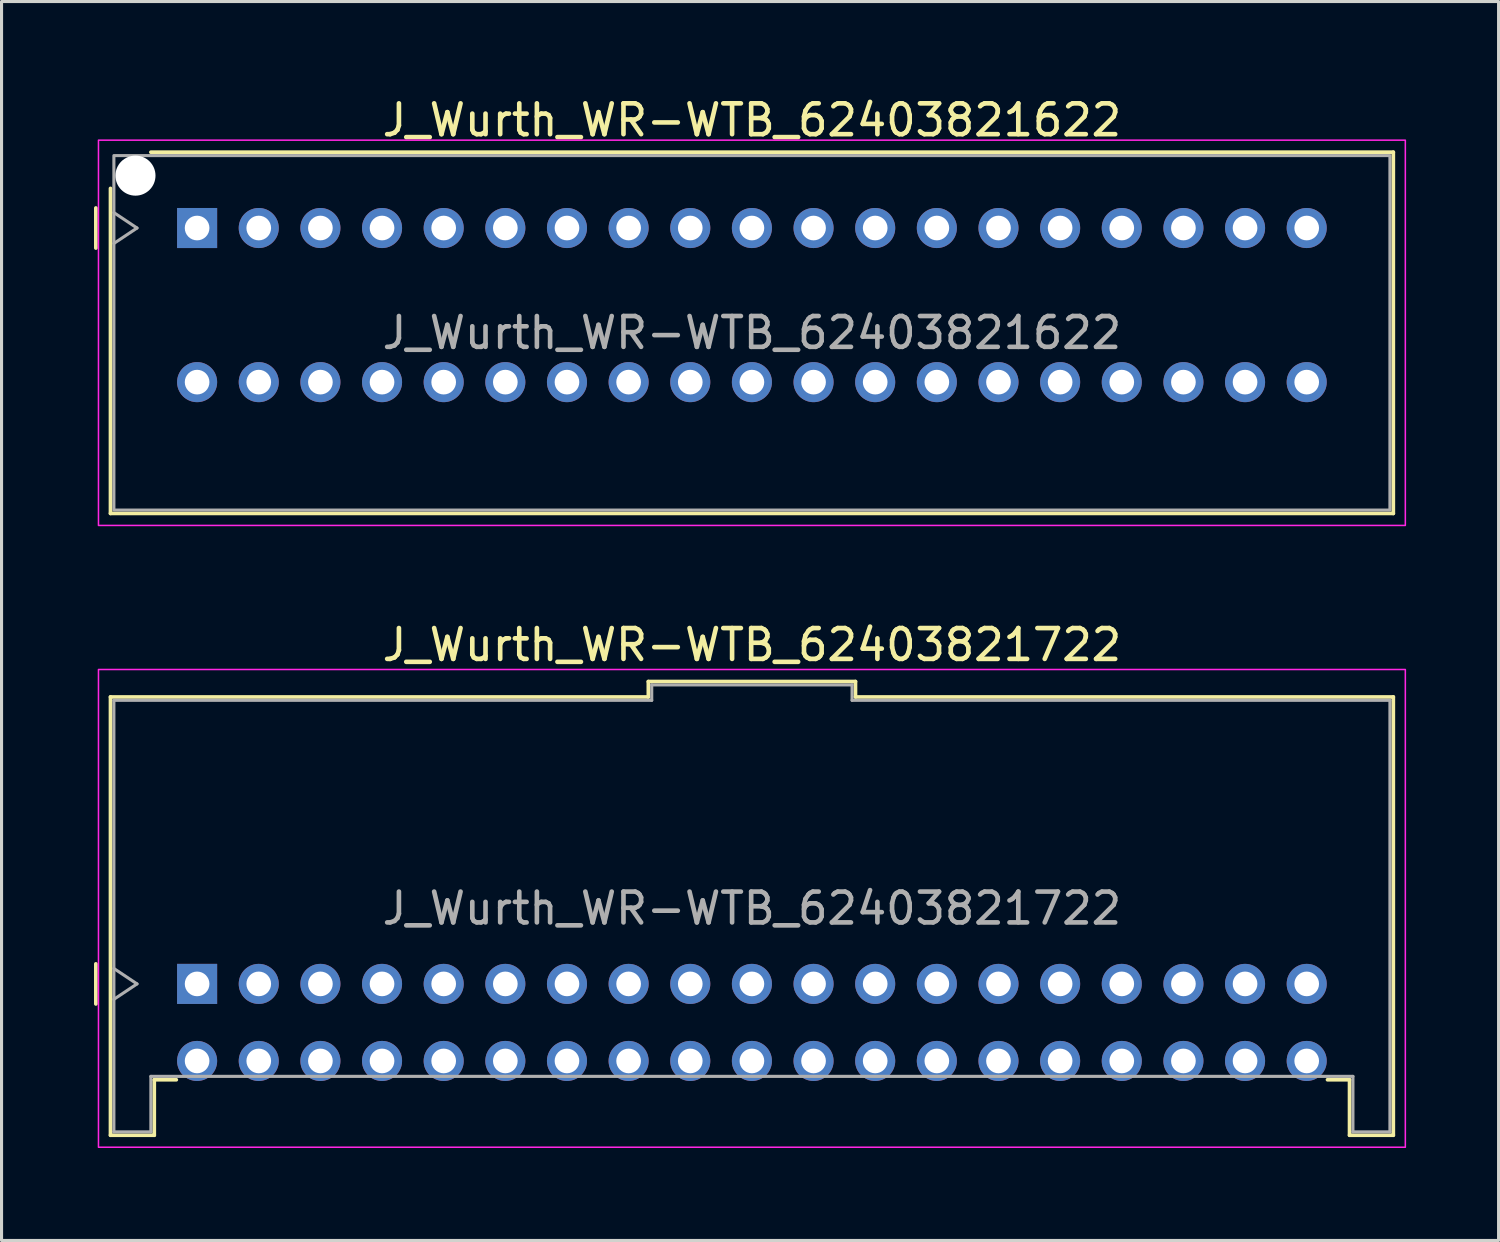
<source format=kicad_pcb>
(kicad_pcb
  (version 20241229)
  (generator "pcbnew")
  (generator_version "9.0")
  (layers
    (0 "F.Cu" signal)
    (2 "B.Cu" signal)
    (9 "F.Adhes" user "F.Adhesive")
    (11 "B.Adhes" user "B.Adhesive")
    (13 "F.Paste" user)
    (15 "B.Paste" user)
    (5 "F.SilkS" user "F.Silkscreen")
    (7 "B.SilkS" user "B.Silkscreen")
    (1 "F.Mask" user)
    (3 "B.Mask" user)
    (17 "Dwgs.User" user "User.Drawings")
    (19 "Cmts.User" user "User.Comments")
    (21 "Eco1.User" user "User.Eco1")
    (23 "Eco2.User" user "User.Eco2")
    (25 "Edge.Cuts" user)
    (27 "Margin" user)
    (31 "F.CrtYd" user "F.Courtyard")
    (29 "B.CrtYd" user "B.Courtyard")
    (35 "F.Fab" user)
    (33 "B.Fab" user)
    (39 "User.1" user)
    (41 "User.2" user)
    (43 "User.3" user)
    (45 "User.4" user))
  (footprint "J_Wurth_WR-WTB_62403821622"
    (layer "F.Cu")
    (at 3.345 4.348)
    (property "Reference" "J_Wurth_WR-WTB_62403821622" (at 18 -3.5 0) (unlocked yes) (layer "F.SilkS") (effects (font (size 1 1) (thickness 0.15))))
    (attr through_hole)
    (fp_line (start -3.285 -0.65) (end -3.285 0.65) (stroke (width 0.12) (type solid)) (layer "F.SilkS"))
    (fp_line (start -2.81 9.26) (end -2.81 -1.285) (stroke (width 0.12) (type default)) (layer "F.SilkS"))
    (fp_line (start -1.5 -2.46) (end 38.81 -2.46) (stroke (width 0.12) (type default)) (layer "F.SilkS"))
    (fp_line (start 38.81 -2.46) (end 38.81 9.26) (stroke (width 0.12) (type solid)) (layer "F.SilkS"))
    (fp_line (start 38.81 9.26) (end -2.81 9.26) (stroke (width 0.12) (type default)) (layer "F.SilkS"))
    (fp_rect (start -3.2 -2.85) (end 39.2 9.65) (stroke (width 0.05) (type solid)) (fill no) (layer "F.CrtYd"))
    (fp_line (start -1.95 0) (end -2.7 -0.5) (stroke (width 0.1) (type solid)) (layer "F.Fab"))
    (fp_line (start -1.95 0) (end -2.7 0.5) (stroke (width 0.1) (type solid)) (layer "F.Fab"))
    (fp_rect (start -2.7 -2.35) (end 38.7 9.15) (stroke (width 0.1) (type solid)) (fill no) (layer "F.Fab"))
    (fp_text user "${REFERENCE}" (at 18 3.4 0) (unlocked yes) (layer "F.Fab") (effects (font (size 1 1) (thickness 0.15))))
    (pad "" np_thru_hole circle (at -2 -1.7) (size 1.3 1.3) (drill 1.3) (layers "*.Cu" "*.Mask"))
    (pad "1" thru_hole rect (at 0 0) (size 1.3 1.3) (drill 0.8) (layers "*.Cu" "*.Mask"))
    (pad "2" thru_hole circle (at 0 5) (size 1.3 1.3) (drill 0.8) (layers "*.Cu" "*.Mask"))
    (pad "3" thru_hole circle (at 2 0) (size 1.3 1.3) (drill 0.8) (layers "*.Cu" "*.Mask"))
    (pad "4" thru_hole circle (at 2 5) (size 1.3 1.3) (drill 0.8) (layers "*.Cu" "*.Mask"))
    (pad "5" thru_hole circle (at 4 0) (size 1.3 1.3) (drill 0.8) (layers "*.Cu" "*.Mask"))
    (pad "6" thru_hole circle (at 4 5) (size 1.3 1.3) (drill 0.8) (layers "*.Cu" "*.Mask"))
    (pad "7" thru_hole circle (at 6 0) (size 1.3 1.3) (drill 0.8) (layers "*.Cu" "*.Mask"))
    (pad "8" thru_hole circle (at 6 5) (size 1.3 1.3) (drill 0.8) (layers "*.Cu" "*.Mask"))
    (pad "9" thru_hole circle (at 8 0) (size 1.3 1.3) (drill 0.8) (layers "*.Cu" "*.Mask"))
    (pad "10" thru_hole circle (at 8 5) (size 1.3 1.3) (drill 0.8) (layers "*.Cu" "*.Mask"))
    (pad "11" thru_hole circle (at 10 0) (size 1.3 1.3) (drill 0.8) (layers "*.Cu" "*.Mask"))
    (pad "12" thru_hole circle (at 10 5) (size 1.3 1.3) (drill 0.8) (layers "*.Cu" "*.Mask"))
    (pad "13" thru_hole circle (at 12 0) (size 1.3 1.3) (drill 0.8) (layers "*.Cu" "*.Mask"))
    (pad "14" thru_hole circle (at 12 5) (size 1.3 1.3) (drill 0.8) (layers "*.Cu" "*.Mask"))
    (pad "15" thru_hole circle (at 14 0) (size 1.3 1.3) (drill 0.8) (layers "*.Cu" "*.Mask"))
    (pad "16" thru_hole circle (at 14 5) (size 1.3 1.3) (drill 0.8) (layers "*.Cu" "*.Mask"))
    (pad "17" thru_hole circle (at 16 0) (size 1.3 1.3) (drill 0.8) (layers "*.Cu" "*.Mask"))
    (pad "18" thru_hole circle (at 16 5) (size 1.3 1.3) (drill 0.8) (layers "*.Cu" "*.Mask"))
    (pad "19" thru_hole circle (at 18 0) (size 1.3 1.3) (drill 0.8) (layers "*.Cu" "*.Mask"))
    (pad "20" thru_hole circle (at 18 5) (size 1.3 1.3) (drill 0.8) (layers "*.Cu" "*.Mask"))
    (pad "21" thru_hole circle (at 20 0) (size 1.3 1.3) (drill 0.8) (layers "*.Cu" "*.Mask"))
    (pad "22" thru_hole circle (at 20 5) (size 1.3 1.3) (drill 0.8) (layers "*.Cu" "*.Mask"))
    (pad "23" thru_hole circle (at 22 0) (size 1.3 1.3) (drill 0.8) (layers "*.Cu" "*.Mask"))
    (pad "24" thru_hole circle (at 22 5) (size 1.3 1.3) (drill 0.8) (layers "*.Cu" "*.Mask"))
    (pad "25" thru_hole circle (at 24 0) (size 1.3 1.3) (drill 0.8) (layers "*.Cu" "*.Mask"))
    (pad "26" thru_hole circle (at 24 5) (size 1.3 1.3) (drill 0.8) (layers "*.Cu" "*.Mask"))
    (pad "27" thru_hole circle (at 26 0) (size 1.3 1.3) (drill 0.8) (layers "*.Cu" "*.Mask"))
    (pad "28" thru_hole circle (at 26 5) (size 1.3 1.3) (drill 0.8) (layers "*.Cu" "*.Mask"))
    (pad "29" thru_hole circle (at 28 0) (size 1.3 1.3) (drill 0.8) (layers "*.Cu" "*.Mask"))
    (pad "30" thru_hole circle (at 28 5) (size 1.3 1.3) (drill 0.8) (layers "*.Cu" "*.Mask"))
    (pad "31" thru_hole circle (at 30 0) (size 1.3 1.3) (drill 0.8) (layers "*.Cu" "*.Mask"))
    (pad "32" thru_hole circle (at 30 5) (size 1.3 1.3) (drill 0.8) (layers "*.Cu" "*.Mask"))
    (pad "33" thru_hole circle (at 32 0) (size 1.3 1.3) (drill 0.8) (layers "*.Cu" "*.Mask"))
    (pad "34" thru_hole circle (at 32 5) (size 1.3 1.3) (drill 0.8) (layers "*.Cu" "*.Mask"))
    (pad "35" thru_hole circle (at 34 0) (size 1.3 1.3) (drill 0.8) (layers "*.Cu" "*.Mask"))
    (pad "36" thru_hole circle (at 34 5) (size 1.3 1.3) (drill 0.8) (layers "*.Cu" "*.Mask"))
    (pad "37" thru_hole circle (at 36 0) (size 1.3 1.3) (drill 0.8) (layers "*.Cu" "*.Mask"))
    (pad "38" thru_hole circle (at 36 5) (size 1.3 1.3) (drill 0.8) (layers "*.Cu" "*.Mask")))
  (footprint "J_Wurth_WR-WTB_62403821722"
    (layer "F.Cu")
    (at 3.345 28.872)
    (property "Reference" "J_Wurth_WR-WTB_62403821722" (at 18 -11 0) (unlocked yes) (layer "F.SilkS") (effects (font (size 1 1) (thickness 0.15))))
    (attr through_hole)
    (fp_line (start -3.285 -0.65) (end -3.285 0.65) (stroke (width 0.12) (type solid)) (layer "F.SilkS"))
    (fp_line (start -2.81 -9.31) (end 14.64 -9.31) (stroke (width 0.12) (type solid)) (layer "F.SilkS"))
    (fp_line (start -2.81 4.91) (end -2.81 -9.31) (stroke (width 0.12) (type default)) (layer "F.SilkS"))
    (fp_line (start -2.81 4.91) (end -1.39 4.91) (stroke (width 0.12) (type solid)) (layer "F.SilkS"))
    (fp_line (start -1.39 4.91) (end -1.39 3.11) (stroke (width 0.12) (type solid)) (layer "F.SilkS"))
    (fp_line (start -0.675 3.11) (end -1.39 3.11) (stroke (width 0.12) (type default)) (layer "F.SilkS"))
    (fp_line (start 14.64 -9.31) (end 14.64 -9.81) (stroke (width 0.12) (type solid)) (layer "F.SilkS"))
    (fp_line (start 21.36 -9.81) (end 14.64 -9.81) (stroke (width 0.12) (type default)) (layer "F.SilkS"))
    (fp_line (start 21.36 -9.31) (end 21.36 -9.81) (stroke (width 0.12) (type solid)) (layer "F.SilkS"))
    (fp_line (start 37.39 3.11) (end 36.675 3.11) (stroke (width 0.12) (type default)) (layer "F.SilkS"))
    (fp_line (start 37.39 4.91) (end 37.39 3.11) (stroke (width 0.12) (type solid)) (layer "F.SilkS"))
    (fp_line (start 38.81 -9.31) (end 21.36 -9.31) (stroke (width 0.12) (type solid)) (layer "F.SilkS"))
    (fp_line (start 38.81 -9.31) (end 38.81 4.91) (stroke (width 0.12) (type default)) (layer "F.SilkS"))
    (fp_line (start 38.81 4.91) (end 37.39 4.91) (stroke (width 0.12) (type solid)) (layer "F.SilkS"))
    (fp_rect (start -3.2 -10.2) (end 39.2 5.3) (stroke (width 0.05) (type solid)) (fill no) (layer "F.CrtYd"))
    (fp_line (start -2.7 -9.2) (end 14.75 -9.2) (stroke (width 0.1) (type solid)) (layer "F.Fab"))
    (fp_line (start -2.7 4.8) (end -2.7 -9.2) (stroke (width 0.1) (type default)) (layer "F.Fab"))
    (fp_line (start -2.7 4.8) (end -1.5 4.8) (stroke (width 0.1) (type solid)) (layer "F.Fab"))
    (fp_line (start -1.95 0) (end -2.7 -0.5) (stroke (width 0.1) (type solid)) (layer "F.Fab"))
    (fp_line (start -1.95 0) (end -2.7 0.5) (stroke (width 0.1) (type solid)) (layer "F.Fab"))
    (fp_line (start -1.5 4.8) (end -1.5 3) (stroke (width 0.1) (type solid)) (layer "F.Fab"))
    (fp_line (start 14.75 -9.2) (end 14.75 -9.7) (stroke (width 0.1) (type solid)) (layer "F.Fab"))
    (fp_line (start 21.25 -9.7) (end 14.75 -9.7) (stroke (width 0.1) (type default)) (layer "F.Fab"))
    (fp_line (start 21.25 -9.2) (end 21.25 -9.7) (stroke (width 0.1) (type solid)) (layer "F.Fab"))
    (fp_line (start 37.5 3) (end -1.5 3) (stroke (width 0.1) (type default)) (layer "F.Fab"))
    (fp_line (start 37.5 4.8) (end 37.5 3) (stroke (width 0.1) (type solid)) (layer "F.Fab"))
    (fp_line (start 38.7 -9.2) (end 21.25 -9.2) (stroke (width 0.1) (type solid)) (layer "F.Fab"))
    (fp_line (start 38.7 -9.2) (end 38.7 4.8) (stroke (width 0.1) (type default)) (layer "F.Fab"))
    (fp_line (start 38.7 4.8) (end 37.5 4.8) (stroke (width 0.1) (type solid)) (layer "F.Fab"))
    (fp_text user "${REFERENCE}" (at 18 -2.45 0) (unlocked yes) (layer "F.Fab") (effects (font (size 1 1) (thickness 0.15))))
    (pad "1" thru_hole rect (at 0 0 180) (size 1.3 1.3) (drill 0.8) (layers "*.Cu" "*.Mask"))
    (pad "2" thru_hole circle (at 0 2.5 180) (size 1.3 1.3) (drill 0.8) (layers "*.Cu" "*.Mask"))
    (pad "3" thru_hole circle (at 2 0 180) (size 1.3 1.3) (drill 0.8) (layers "*.Cu" "*.Mask"))
    (pad "4" thru_hole circle (at 2 2.5 180) (size 1.3 1.3) (drill 0.8) (layers "*.Cu" "*.Mask"))
    (pad "5" thru_hole circle (at 4 0 180) (size 1.3 1.3) (drill 0.8) (layers "*.Cu" "*.Mask"))
    (pad "6" thru_hole circle (at 4 2.5 180) (size 1.3 1.3) (drill 0.8) (layers "*.Cu" "*.Mask"))
    (pad "7" thru_hole circle (at 6 2.5 180) (size 1.3 1.3) (drill 0.8) (layers "*.Cu" "*.Mask"))
    (pad "8" thru_hole circle (at 6 0 180) (size 1.3 1.3) (drill 0.8) (layers "*.Cu" "*.Mask"))
    (pad "9" thru_hole circle (at 8 2.5 180) (size 1.3 1.3) (drill 0.8) (layers "*.Cu" "*.Mask"))
    (pad "10" thru_hole circle (at 8 0 180) (size 1.3 1.3) (drill 0.8) (layers "*.Cu" "*.Mask"))
    (pad "11" thru_hole circle (at 10 2.5 180) (size 1.3 1.3) (drill 0.8) (layers "*.Cu" "*.Mask"))
    (pad "12" thru_hole circle (at 10 0 180) (size 1.3 1.3) (drill 0.8) (layers "*.Cu" "*.Mask"))
    (pad "13" thru_hole circle (at 12 2.5 180) (size 1.3 1.3) (drill 0.8) (layers "*.Cu" "*.Mask"))
    (pad "14" thru_hole circle (at 12 0 180) (size 1.3 1.3) (drill 0.8) (layers "*.Cu" "*.Mask"))
    (pad "15" thru_hole circle (at 14 2.5 180) (size 1.3 1.3) (drill 0.8) (layers "*.Cu" "*.Mask"))
    (pad "16" thru_hole circle (at 14 0 180) (size 1.3 1.3) (drill 0.8) (layers "*.Cu" "*.Mask"))
    (pad "17" thru_hole circle (at 16 2.5 180) (size 1.3 1.3) (drill 0.8) (layers "*.Cu" "*.Mask"))
    (pad "18" thru_hole circle (at 16 0 180) (size 1.3 1.3) (drill 0.8) (layers "*.Cu" "*.Mask"))
    (pad "19" thru_hole circle (at 18 2.5 180) (size 1.3 1.3) (drill 0.8) (layers "*.Cu" "*.Mask"))
    (pad "20" thru_hole circle (at 18 0 180) (size 1.3 1.3) (drill 0.8) (layers "*.Cu" "*.Mask"))
    (pad "21" thru_hole circle (at 20 2.5 180) (size 1.3 1.3) (drill 0.8) (layers "*.Cu" "*.Mask"))
    (pad "22" thru_hole circle (at 20 0 180) (size 1.3 1.3) (drill 0.8) (layers "*.Cu" "*.Mask"))
    (pad "23" thru_hole circle (at 22 2.5 180) (size 1.3 1.3) (drill 0.8) (layers "*.Cu" "*.Mask"))
    (pad "24" thru_hole circle (at 22 0 180) (size 1.3 1.3) (drill 0.8) (layers "*.Cu" "*.Mask"))
    (pad "25" thru_hole circle (at 24 2.5 180) (size 1.3 1.3) (drill 0.8) (layers "*.Cu" "*.Mask"))
    (pad "26" thru_hole circle (at 24 0 180) (size 1.3 1.3) (drill 0.8) (layers "*.Cu" "*.Mask"))
    (pad "27" thru_hole circle (at 26 2.5 180) (size 1.3 1.3) (drill 0.8) (layers "*.Cu" "*.Mask"))
    (pad "28" thru_hole circle (at 26 0 180) (size 1.3 1.3) (drill 0.8) (layers "*.Cu" "*.Mask"))
    (pad "29" thru_hole circle (at 28 2.5 180) (size 1.3 1.3) (drill 0.8) (layers "*.Cu" "*.Mask"))
    (pad "30" thru_hole circle (at 28 0 180) (size 1.3 1.3) (drill 0.8) (layers "*.Cu" "*.Mask"))
    (pad "31" thru_hole circle (at 30 2.5 180) (size 1.3 1.3) (drill 0.8) (layers "*.Cu" "*.Mask"))
    (pad "32" thru_hole circle (at 30 0 180) (size 1.3 1.3) (drill 0.8) (layers "*.Cu" "*.Mask"))
    (pad "33" thru_hole circle (at 32 2.5 180) (size 1.3 1.3) (drill 0.8) (layers "*.Cu" "*.Mask"))
    (pad "34" thru_hole circle (at 32 0 180) (size 1.3 1.3) (drill 0.8) (layers "*.Cu" "*.Mask"))
    (pad "35" thru_hole circle (at 34 2.5 180) (size 1.3 1.3) (drill 0.8) (layers "*.Cu" "*.Mask"))
    (pad "36" thru_hole circle (at 34 0 180) (size 1.3 1.3) (drill 0.8) (layers "*.Cu" "*.Mask"))
    (pad "37" thru_hole circle (at 36 2.5 180) (size 1.3 1.3) (drill 0.8) (layers "*.Cu" "*.Mask"))
    (pad "38" thru_hole circle (at 36 0 180) (size 1.3 1.3) (drill 0.8) (layers "*.Cu" "*.Mask")))
  (gr_rect
    (start -3 -3)
    (end 45.57 37.197)
    (stroke (width 0.1) (type default))
    (fill no)
    (layer "Edge.Cuts")))
</source>
